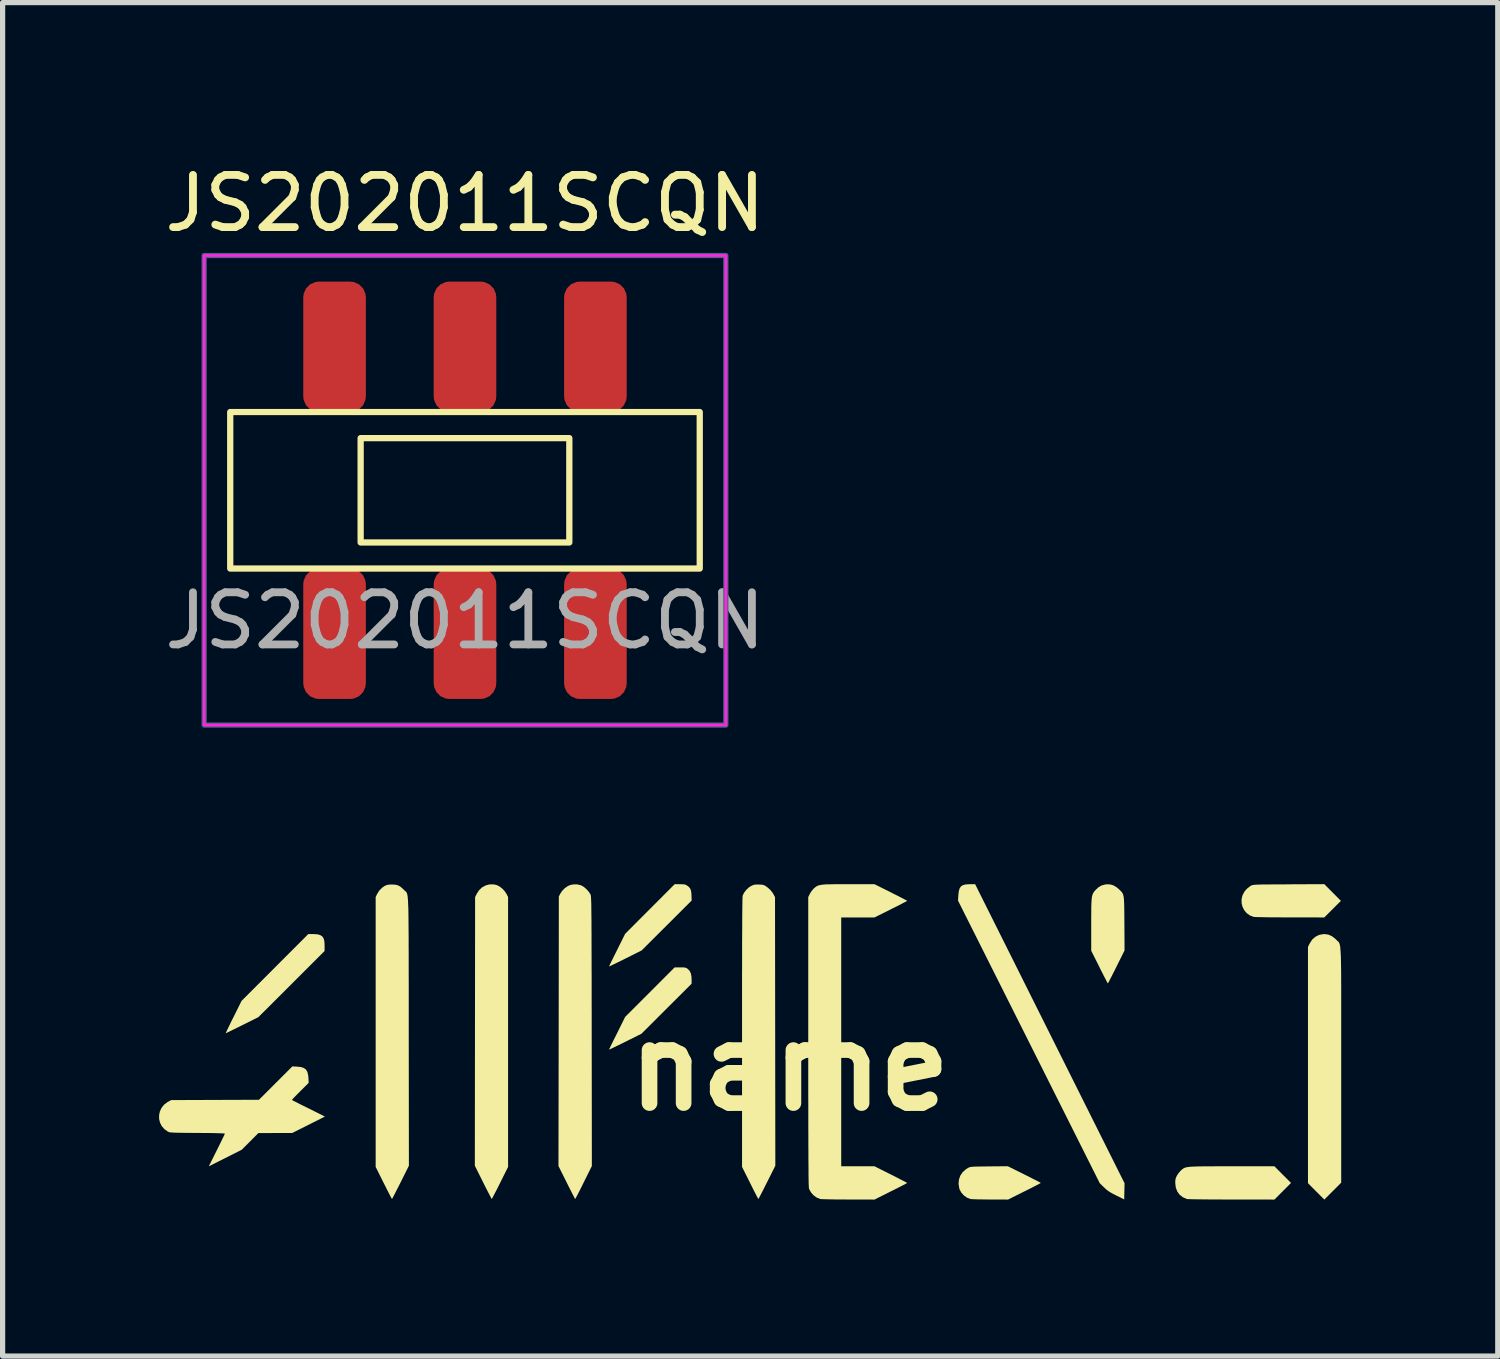
<source format=kicad_pcb>
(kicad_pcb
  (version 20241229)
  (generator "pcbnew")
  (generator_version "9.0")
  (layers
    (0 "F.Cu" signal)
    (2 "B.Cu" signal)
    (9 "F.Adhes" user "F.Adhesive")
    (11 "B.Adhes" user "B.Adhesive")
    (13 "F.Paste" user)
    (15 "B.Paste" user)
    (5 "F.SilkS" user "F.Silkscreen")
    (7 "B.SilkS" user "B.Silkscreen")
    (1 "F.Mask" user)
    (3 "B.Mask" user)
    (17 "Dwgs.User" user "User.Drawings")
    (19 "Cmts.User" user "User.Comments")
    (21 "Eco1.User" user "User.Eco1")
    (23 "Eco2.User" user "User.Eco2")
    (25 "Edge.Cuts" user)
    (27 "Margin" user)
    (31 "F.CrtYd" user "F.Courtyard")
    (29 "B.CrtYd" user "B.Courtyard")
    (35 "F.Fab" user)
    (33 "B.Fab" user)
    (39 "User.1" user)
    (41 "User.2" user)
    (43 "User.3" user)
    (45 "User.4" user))
  (footprint "name"
    (layer "F.Cu")
    (at 12.086 17.405)
    (property "Reference" "name" (at 0 0 0) (layer "F.SilkS") (effects (font (size 1.524 1.524) (thickness 0.3))))
    (attr board_only exclude_from_pos_files exclude_from_bom)
    (fp_poly (pts (xy 4.988 -0.64) (xy 6.42 2.226) (xy 6.413 2.536) (xy 6.259 2.46) (xy 6.195 2.427) (xy 6.147 2.4) (xy 6.108 2.375) (xy 6.074 2.349) (xy 6.04 2.318) (xy 6.025 2.304) (xy 5.945 2.226) (xy 4.587 -0.483) (xy 3.228 -3.191) (xy 3.234 -3.294) (xy 3.242 -3.368) (xy 3.258 -3.424) (xy 3.283 -3.463) (xy 3.321 -3.488) (xy 3.375 -3.502) (xy 3.446 -3.506) (xy 3.457 -3.506) (xy 3.556 -3.506)) (stroke (width 0) (type solid)) (fill yes) (layer "F.SilkS"))
    (fp_poly (pts (xy -9.128 -2.55) (xy -9.054 -2.546) (xy -8.998 -2.531) (xy -8.958 -2.505) (xy -8.932 -2.465) (xy -8.918 -2.408) (xy -8.914 -2.333) (xy -8.914 -2.33) (xy -8.914 -2.226) (xy -9.548 -1.592) (xy -10.183 -0.958) (xy -10.493 -0.803) (xy -10.57 -0.765) (xy -10.639 -0.731) (xy -10.7 -0.701) (xy -10.75 -0.677) (xy -10.786 -0.659) (xy -10.806 -0.65) (xy -10.81 -0.648) (xy -10.806 -0.658) (xy -10.794 -0.685) (xy -10.774 -0.726) (xy -10.748 -0.781) (xy -10.717 -0.845) (xy -10.681 -0.918) (xy -10.66 -0.959) (xy -10.506 -1.269) (xy -9.866 -1.91) (xy -9.227 -2.55)) (stroke (width 0) (type solid)) (fill yes) (layer "F.SilkS"))
    (fp_poly (pts (xy -5.673 -3.503) (xy -5.613 -3.489) (xy -5.56 -3.462) (xy -5.506 -3.42) (xy -5.459 -3.369) (xy -5.425 -3.317) (xy -5.397 -3.26) (xy -5.397 1.913) (xy -5.55 2.22) (xy -5.588 2.296) (xy -5.623 2.365) (xy -5.654 2.424) (xy -5.679 2.473) (xy -5.697 2.507) (xy -5.708 2.526) (xy -5.71 2.528) (xy -5.716 2.518) (xy -5.73 2.492) (xy -5.752 2.45) (xy -5.781 2.395) (xy -5.814 2.33) (xy -5.851 2.257) (xy -5.875 2.209) (xy -6.034 1.89) (xy -6.029 -3.259) (xy -5.998 -3.322) (xy -5.952 -3.392) (xy -5.894 -3.446) (xy -5.826 -3.483) (xy -5.751 -3.503)) (stroke (width 0) (type solid)) (fill yes) (layer "F.SilkS"))
    (fp_poly (pts (xy -2.049 -1.912) (xy -2.013 -1.909) (xy -1.988 -1.903) (xy -1.968 -1.893) (xy -1.96 -1.888) (xy -1.921 -1.851) (xy -1.895 -1.802) (xy -1.882 -1.739) (xy -1.879 -1.686) (xy -1.879 -1.599) (xy -2.36 -1.119) (xy -2.841 -0.639) (xy -3.152 -0.484) (xy -3.227 -0.447) (xy -3.297 -0.413) (xy -3.357 -0.384) (xy -3.405 -0.36) (xy -3.44 -0.344) (xy -3.459 -0.336) (xy -3.462 -0.335) (xy -3.457 -0.346) (xy -3.444 -0.374) (xy -3.423 -0.417) (xy -3.396 -0.473) (xy -3.364 -0.538) (xy -3.327 -0.611) (xy -3.307 -0.651) (xy -3.153 -0.962) (xy -2.678 -1.437) (xy -2.204 -1.912) (xy -2.1 -1.912)) (stroke (width 0) (type solid)) (fill yes) (layer "F.SilkS"))
    (fp_poly (pts (xy -2.053 -3.505) (xy -2.019 -3.502) (xy -1.994 -3.496) (xy -1.973 -3.485) (xy -1.967 -3.481) (xy -1.931 -3.453) (xy -1.907 -3.424) (xy -1.892 -3.388) (xy -1.884 -3.341) (xy -1.881 -3.294) (xy -1.878 -3.193) (xy -2.357 -2.715) (xy -2.836 -2.237) (xy -3.149 -2.08) (xy -3.225 -2.042) (xy -3.295 -2.008) (xy -3.355 -1.978) (xy -3.404 -1.955) (xy -3.44 -1.938) (xy -3.459 -1.93) (xy -3.462 -1.929) (xy -3.457 -1.94) (xy -3.444 -1.968) (xy -3.423 -2.011) (xy -3.396 -2.066) (xy -3.364 -2.132) (xy -3.327 -2.205) (xy -3.307 -2.245) (xy -3.153 -2.555) (xy -2.678 -3.031) (xy -2.204 -3.506) (xy -2.104 -3.506)) (stroke (width 0) (type solid)) (fill yes) (layer "F.SilkS"))
    (fp_poly (pts (xy 10.567 -3.187) (xy 10.249 -2.869) (xy 9.59 -2.87) (xy 9.47 -2.87) (xy 9.357 -2.871) (xy 9.251 -2.871) (xy 9.156 -2.872) (xy 9.072 -2.874) (xy 9.002 -2.875) (xy 8.948 -2.876) (xy 8.913 -2.878) (xy 8.897 -2.879) (xy 8.823 -2.907) (xy 8.762 -2.951) (xy 8.715 -3.007) (xy 8.682 -3.071) (xy 8.664 -3.142) (xy 8.663 -3.215) (xy 8.679 -3.288) (xy 8.714 -3.357) (xy 8.747 -3.399) (xy 8.781 -3.432) (xy 8.818 -3.461) (xy 8.842 -3.477) (xy 8.851 -3.482) (xy 8.861 -3.486) (xy 8.874 -3.489) (xy 8.89 -3.492) (xy 8.912 -3.495) (xy 8.941 -3.497) (xy 8.979 -3.498) (xy 9.029 -3.5) (xy 9.09 -3.501) (xy 9.167 -3.501) (xy 9.259 -3.502) (xy 9.369 -3.503) (xy 9.498 -3.503) (xy 9.568 -3.504) (xy 10.249 -3.507)) (stroke (width 0) (type solid)) (fill yes) (layer "F.SilkS"))
    (fp_poly (pts (xy 10.327 -2.54) (xy 10.396 -2.509) (xy 10.463 -2.457) (xy 10.482 -2.438) (xy 10.492 -2.427) (xy 10.502 -2.418) (xy 10.511 -2.411) (xy 10.519 -2.403) (xy 10.526 -2.394) (xy 10.533 -2.383) (xy 10.539 -2.37) (xy 10.544 -2.353) (xy 10.549 -2.331) (xy 10.554 -2.304) (xy 10.557 -2.271) (xy 10.56 -2.23) (xy 10.563 -2.182) (xy 10.566 -2.124) (xy 10.568 -2.056) (xy 10.569 -1.978) (xy 10.571 -1.888) (xy 10.572 -1.785) (xy 10.572 -1.669) (xy 10.573 -1.538) (xy 10.573 -1.392) (xy 10.573 -1.23) (xy 10.573 -1.051) (xy 10.573 -0.854) (xy 10.573 -0.637) (xy 10.573 -0.402) (xy 10.573 -0.145) (xy 10.573 -0.023) (xy 10.573 2.215) (xy 10.411 2.377) (xy 10.249 2.539) (xy 10.092 2.382) (xy 9.936 2.225) (xy 9.936 -2.305) (xy 9.97 -2.372) (xy 10.016 -2.444) (xy 10.076 -2.497) (xy 10.146 -2.533) (xy 10.227 -2.549) (xy 10.253 -2.55)) (stroke (width 0) (type solid)) (fill yes) (layer "F.SilkS"))
    (fp_poly (pts (xy 4.498 2.057) (xy 4.575 2.095) (xy 4.645 2.131) (xy 4.706 2.162) (xy 4.755 2.187) (xy 4.791 2.206) (xy 4.811 2.218) (xy 4.814 2.22) (xy 4.805 2.226) (xy 4.778 2.241) (xy 4.736 2.263) (xy 4.681 2.291) (xy 4.617 2.324) (xy 4.544 2.361) (xy 4.501 2.382) (xy 4.187 2.539) (xy 3.844 2.538) (xy 3.758 2.537) (xy 3.677 2.536) (xy 3.605 2.535) (xy 3.545 2.533) (xy 3.499 2.531) (xy 3.471 2.529) (xy 3.466 2.528) (xy 3.4 2.503) (xy 3.341 2.461) (xy 3.292 2.407) (xy 3.259 2.346) (xy 3.252 2.326) (xy 3.238 2.237) (xy 3.246 2.154) (xy 3.273 2.078) (xy 3.319 2.011) (xy 3.384 1.954) (xy 3.421 1.932) (xy 3.435 1.925) (xy 3.449 1.919) (xy 3.465 1.915) (xy 3.488 1.912) (xy 3.518 1.909) (xy 3.559 1.907) (xy 3.612 1.906) (xy 3.682 1.905) (xy 3.769 1.904) (xy 3.825 1.903) (xy 4.182 1.9)) (stroke (width 0) (type solid)) (fill yes) (layer "F.SilkS"))
    (fp_poly (pts (xy 8.479 1.901) (xy 9.293 1.901) (xy 9.452 2.061) (xy 9.611 2.22) (xy 9.452 2.38) (xy 9.293 2.539) (xy 8.469 2.538) (xy 8.335 2.538) (xy 8.208 2.537) (xy 8.088 2.537) (xy 7.978 2.536) (xy 7.879 2.535) (xy 7.794 2.534) (xy 7.723 2.533) (xy 7.669 2.531) (xy 7.633 2.53) (xy 7.617 2.529) (xy 7.617 2.529) (xy 7.538 2.495) (xy 7.476 2.446) (xy 7.43 2.383) (xy 7.402 2.308) (xy 7.392 2.221) (xy 7.392 2.22) (xy 7.393 2.173) (xy 7.399 2.138) (xy 7.411 2.106) (xy 7.424 2.079) (xy 7.452 2.037) (xy 7.486 1.996) (xy 7.505 1.977) (xy 7.521 1.963) (xy 7.535 1.952) (xy 7.55 1.941) (xy 7.567 1.933) (xy 7.587 1.925) (xy 7.612 1.919) (xy 7.644 1.914) (xy 7.684 1.91) (xy 7.734 1.907) (xy 7.795 1.905) (xy 7.869 1.903) (xy 7.957 1.902) (xy 8.061 1.902) (xy 8.182 1.901) (xy 8.322 1.901)) (stroke (width 0) (type solid)) (fill yes) (layer "F.SilkS"))
    (fp_poly (pts (xy -0.599 -3.5) (xy -0.542 -3.498) (xy -0.501 -3.491) (xy -0.474 -3.48) (xy -0.421 -3.443) (xy -0.368 -3.394) (xy -0.325 -3.34) (xy -0.31 -3.314) (xy -0.28 -3.259) (xy -0.274 1.89) (xy -0.434 2.209) (xy -0.473 2.286) (xy -0.508 2.356) (xy -0.54 2.418) (xy -0.566 2.468) (xy -0.585 2.504) (xy -0.596 2.524) (xy -0.599 2.528) (xy -0.605 2.518) (xy -0.62 2.492) (xy -0.642 2.45) (xy -0.67 2.396) (xy -0.703 2.331) (xy -0.739 2.258) (xy -0.758 2.22) (xy -0.912 1.913) (xy -0.912 -0.666) (xy -0.912 -0.971) (xy -0.912 -1.253) (xy -0.912 -1.515) (xy -0.912 -1.757) (xy -0.911 -1.978) (xy -0.911 -2.18) (xy -0.911 -2.364) (xy -0.91 -2.529) (xy -0.909 -2.676) (xy -0.909 -2.806) (xy -0.908 -2.919) (xy -0.907 -3.016) (xy -0.906 -3.097) (xy -0.905 -3.164) (xy -0.904 -3.215) (xy -0.903 -3.252) (xy -0.901 -3.276) (xy -0.9 -3.287) (xy -0.874 -3.342) (xy -0.833 -3.396) (xy -0.783 -3.443) (xy -0.747 -3.467) (xy -0.713 -3.484) (xy -0.684 -3.495) (xy -0.651 -3.499) (xy -0.605 -3.5)) (stroke (width 0) (type solid)) (fill yes) (layer "F.SilkS"))
    (fp_poly (pts (xy 6.145 -3.502) (xy 6.207 -3.484) (xy 6.267 -3.448) (xy 6.307 -3.414) (xy 6.331 -3.392) (xy 6.351 -3.372) (xy 6.367 -3.354) (xy 6.38 -3.335) (xy 6.391 -3.312) (xy 6.399 -3.284) (xy 6.405 -3.249) (xy 6.409 -3.204) (xy 6.412 -3.148) (xy 6.414 -3.078) (xy 6.415 -2.992) (xy 6.416 -2.889) (xy 6.417 -2.766) (xy 6.417 -2.753) (xy 6.42 -2.237) (xy 6.263 -1.921) (xy 6.225 -1.844) (xy 6.189 -1.774) (xy 6.158 -1.713) (xy 6.133 -1.664) (xy 6.114 -1.628) (xy 6.102 -1.608) (xy 6.1 -1.605) (xy 6.094 -1.614) (xy 6.079 -1.641) (xy 6.057 -1.683) (xy 6.029 -1.737) (xy 5.996 -1.802) (xy 5.959 -1.875) (xy 5.938 -1.918) (xy 5.781 -2.231) (xy 5.781 -2.729) (xy 5.781 -2.856) (xy 5.782 -2.963) (xy 5.782 -3.052) (xy 5.784 -3.125) (xy 5.787 -3.185) (xy 5.791 -3.232) (xy 5.796 -3.27) (xy 5.804 -3.3) (xy 5.813 -3.325) (xy 5.825 -3.346) (xy 5.839 -3.366) (xy 5.856 -3.386) (xy 5.865 -3.396) (xy 5.921 -3.448) (xy 5.98 -3.482) (xy 6.046 -3.5) (xy 6.075 -3.504)) (stroke (width 0) (type solid)) (fill yes) (layer "F.SilkS"))
    (fp_poly (pts (xy -4.069 -3.502) (xy -4.002 -3.486) (xy -3.984 -3.478) (xy -3.939 -3.45) (xy -3.892 -3.408) (xy -3.85 -3.361) (xy -3.82 -3.316) (xy -3.819 -3.314) (xy -3.817 -3.309) (xy -3.814 -3.303) (xy -3.812 -3.295) (xy -3.811 -3.285) (xy -3.809 -3.272) (xy -3.807 -3.254) (xy -3.806 -3.232) (xy -3.805 -3.203) (xy -3.803 -3.168) (xy -3.802 -3.126) (xy -3.801 -3.075) (xy -3.801 -3.014) (xy -3.8 -2.944) (xy -3.799 -2.863) (xy -3.798 -2.77) (xy -3.798 -2.664) (xy -3.797 -2.545) (xy -3.797 -2.412) (xy -3.797 -2.264) (xy -3.796 -2.099) (xy -3.796 -1.918) (xy -3.795 -1.719) (xy -3.795 -1.502) (xy -3.795 -1.266) (xy -3.794 -1.009) (xy -3.794 -0.731) (xy -3.794 -0.687) (xy -3.791 1.896) (xy -3.948 2.212) (xy -3.986 2.289) (xy -4.021 2.359) (xy -4.052 2.419) (xy -4.078 2.469) (xy -4.097 2.505) (xy -4.108 2.525) (xy -4.111 2.528) (xy -4.117 2.518) (xy -4.131 2.492) (xy -4.153 2.45) (xy -4.181 2.395) (xy -4.214 2.33) (xy -4.251 2.257) (xy -4.273 2.212) (xy -4.431 1.896) (xy -4.427 -0.687) (xy -4.424 -3.27) (xy -4.398 -3.322) (xy -4.362 -3.376) (xy -4.313 -3.427) (xy -4.257 -3.467) (xy -4.208 -3.49) (xy -4.141 -3.503)) (stroke (width 0) (type solid)) (fill yes) (layer "F.SilkS"))
    (fp_poly (pts (xy -7.558 -3.497) (xy -7.506 -3.484) (xy -7.46 -3.458) (xy -7.413 -3.418) (xy -7.393 -3.397) (xy -7.383 -3.387) (xy -7.374 -3.38) (xy -7.366 -3.373) (xy -7.359 -3.367) (xy -7.352 -3.36) (xy -7.345 -3.352) (xy -7.339 -3.341) (xy -7.334 -3.328) (xy -7.329 -3.31) (xy -7.325 -3.288) (xy -7.321 -3.26) (xy -7.318 -3.225) (xy -7.315 -3.183) (xy -7.313 -3.134) (xy -7.31 -3.075) (xy -7.308 -3.006) (xy -7.307 -2.927) (xy -7.306 -2.836) (xy -7.305 -2.733) (xy -7.304 -2.617) (xy -7.303 -2.487) (xy -7.303 -2.342) (xy -7.302 -2.181) (xy -7.302 -2.004) (xy -7.302 -1.81) (xy -7.301 -1.597) (xy -7.301 -1.365) (xy -7.301 -1.114) (xy -7.301 -0.842) (xy -7.301 -0.684) (xy -7.298 1.89) (xy -7.457 2.209) (xy -7.496 2.286) (xy -7.532 2.356) (xy -7.563 2.418) (xy -7.589 2.468) (xy -7.608 2.504) (xy -7.62 2.524) (xy -7.622 2.528) (xy -7.628 2.518) (xy -7.643 2.492) (xy -7.665 2.45) (xy -7.693 2.396) (xy -7.726 2.331) (xy -7.762 2.258) (xy -7.782 2.22) (xy -7.935 1.913) (xy -7.935 -0.673) (xy -7.935 -3.259) (xy -7.909 -3.315) (xy -7.865 -3.385) (xy -7.806 -3.443) (xy -7.757 -3.476) (xy -7.725 -3.489) (xy -7.691 -3.497) (xy -7.646 -3.5) (xy -7.622 -3.5)) (stroke (width 0) (type solid)) (fill yes) (layer "F.SilkS"))
    (fp_poly (pts (xy -9.439 -0.009) (xy -9.365 -0.001) (xy -9.31 0.018) (xy -9.27 0.048) (xy -9.244 0.092) (xy -9.229 0.154) (xy -9.224 0.208) (xy -9.219 0.302) (xy -9.382 0.464) (xy -9.43 0.512) (xy -9.472 0.555) (xy -9.506 0.59) (xy -9.529 0.616) (xy -9.54 0.629) (xy -9.54 0.63) (xy -9.529 0.636) (xy -9.501 0.651) (xy -9.458 0.672) (xy -9.403 0.701) (xy -9.337 0.734) (xy -9.264 0.77) (xy -9.221 0.791) (xy -8.908 0.948) (xy -9.535 1.263) (xy -10.183 1.264) (xy -10.502 1.584) (xy -11.134 1.902) (xy -10.98 1.594) (xy -10.942 1.518) (xy -10.908 1.448) (xy -10.878 1.387) (xy -10.853 1.336) (xy -10.836 1.3) (xy -10.827 1.279) (xy -10.826 1.275) (xy -10.837 1.273) (xy -10.869 1.27) (xy -10.921 1.268) (xy -10.992 1.266) (xy -11.081 1.264) (xy -11.188 1.263) (xy -11.311 1.262) (xy -11.351 1.262) (xy -11.472 1.261) (xy -11.573 1.26) (xy -11.656 1.259) (xy -11.723 1.258) (xy -11.776 1.257) (xy -11.817 1.255) (xy -11.848 1.253) (xy -11.871 1.251) (xy -11.888 1.248) (xy -11.901 1.244) (xy -11.912 1.239) (xy -11.92 1.235) (xy -11.986 1.188) (xy -12.036 1.13) (xy -12.069 1.064) (xy -12.086 0.993) (xy -12.086 0.92) (xy -12.071 0.848) (xy -12.039 0.78) (xy -11.991 0.72) (xy -11.926 0.671) (xy -11.91 0.662) (xy -11.854 0.632) (xy -11.013 0.629) (xy -10.172 0.626) (xy -9.852 0.306) (xy -9.532 -0.014)) (stroke (width 0) (type solid)) (fill yes) (layer "F.SilkS"))
    (fp_poly (pts (xy 1.94 -3.35) (xy 2.016 -3.311) (xy 2.086 -3.276) (xy 2.146 -3.245) (xy 2.195 -3.219) (xy 2.231 -3.201) (xy 2.25 -3.19) (xy 2.253 -3.187) (xy 2.244 -3.181) (xy 2.217 -3.167) (xy 2.175 -3.145) (xy 2.121 -3.116) (xy 2.056 -3.083) (xy 1.983 -3.047) (xy 1.94 -3.025) (xy 1.627 -2.869) (xy 0.989 -2.869) (xy 0.989 1.901) (xy 1.627 1.901) (xy 1.94 2.058) (xy 2.016 2.096) (xy 2.086 2.132) (xy 2.146 2.163) (xy 2.195 2.188) (xy 2.231 2.207) (xy 2.25 2.218) (xy 2.253 2.22) (xy 2.244 2.226) (xy 2.217 2.241) (xy 2.175 2.263) (xy 2.121 2.291) (xy 2.056 2.324) (xy 1.983 2.361) (xy 1.94 2.382) (xy 1.627 2.539) (xy 1.124 2.538) (xy 1.019 2.537) (xy 0.921 2.537) (xy 0.831 2.536) (xy 0.751 2.534) (xy 0.684 2.533) (xy 0.633 2.531) (xy 0.599 2.53) (xy 0.586 2.528) (xy 0.521 2.502) (xy 0.461 2.459) (xy 0.411 2.404) (xy 0.376 2.341) (xy 0.371 2.325) (xy 0.369 2.315) (xy 0.368 2.297) (xy 0.367 2.269) (xy 0.365 2.23) (xy 0.364 2.18) (xy 0.363 2.119) (xy 0.362 2.045) (xy 0.362 1.958) (xy 0.361 1.858) (xy 0.36 1.743) (xy 0.36 1.613) (xy 0.359 1.467) (xy 0.359 1.305) (xy 0.358 1.125) (xy 0.358 0.929) (xy 0.358 0.713) (xy 0.357 0.479) (xy 0.357 0.225) (xy 0.357 -0.049) (xy 0.357 -0.345) (xy 0.357 -0.489) (xy 0.357 -3.259) (xy 0.388 -3.322) (xy 0.416 -3.368) (xy 0.452 -3.412) (xy 0.469 -3.429) (xy 0.489 -3.446) (xy 0.508 -3.46) (xy 0.528 -3.472) (xy 0.551 -3.482) (xy 0.579 -3.489) (xy 0.615 -3.495) (xy 0.659 -3.5) (xy 0.715 -3.503) (xy 0.784 -3.504) (xy 0.868 -3.506) (xy 0.97 -3.506) (xy 1.091 -3.506) (xy 1.129 -3.506) (xy 1.627 -3.506)) (stroke (width 0) (type solid)) (fill yes) (layer "F.SilkS")))
  (footprint "JS202011SCQN"
    (layer "F.Cu")
    (at 5.863 6.348)
    (property "Reference" "JS202011SCQN" (at 0 -5.5 0) (unlocked yes) (layer "F.SilkS") (effects (font (size 1 1) (thickness 0.15))))
    (attr smd)
    (fp_rect (start -4.5 -1.5) (end 4.5 1.5) (stroke (width 0.12) (type solid)) (fill no) (layer "F.SilkS"))
    (fp_rect (start -2 -1) (end 2 1) (stroke (width 0.12) (type solid)) (fill no) (layer "F.SilkS"))
    (fp_rect (start -5 -4.5) (end 5 4.5) (stroke (width 0.05) (type solid)) (fill no) (layer "F.CrtYd"))
    (fp_rect (start -5 -4.5) (end 5 4.5) (stroke (width 0.1) (type solid)) (fill no) (layer "B.Fab"))
    (fp_text user "${REFERENCE}" (at 0 2.5 0) (unlocked yes) (layer "F.Fab") (effects (font (size 1 1) (thickness 0.15))))
    (pad "1" smd roundrect (at -2.5 2.75) (size 1.2 2.5) (layers "F.Cu" "F.Mask" "F.Paste") (roundrect_rratio 0.25))
    (pad "2" smd roundrect (at 0 2.75) (size 1.2 2.5) (layers "F.Cu" "F.Mask" "F.Paste") (roundrect_rratio 0.25))
    (pad "3" smd roundrect (at 2.5 2.75) (size 1.2 2.5) (layers "F.Cu" "F.Mask" "F.Paste") (roundrect_rratio 0.25))
    (pad "4" smd roundrect (at -2.5 -2.75) (size 1.2 2.5) (layers "F.Cu" "F.Mask" "F.Paste") (roundrect_rratio 0.25))
    (pad "5" smd roundrect (at 0 -2.75) (size 1.2 2.5) (layers "F.Cu" "F.Mask" "F.Paste") (roundrect_rratio 0.25))
    (pad "6" smd roundrect (at 2.5 -2.75) (size 1.2 2.5) (layers "F.Cu" "F.Mask" "F.Paste") (roundrect_rratio 0.25)))
  (gr_rect
    (start -3 -3)
    (end 25.66 22.944)
    (stroke (width 0.1) (type default))
    (fill no)
    (layer "Edge.Cuts")))
</source>
